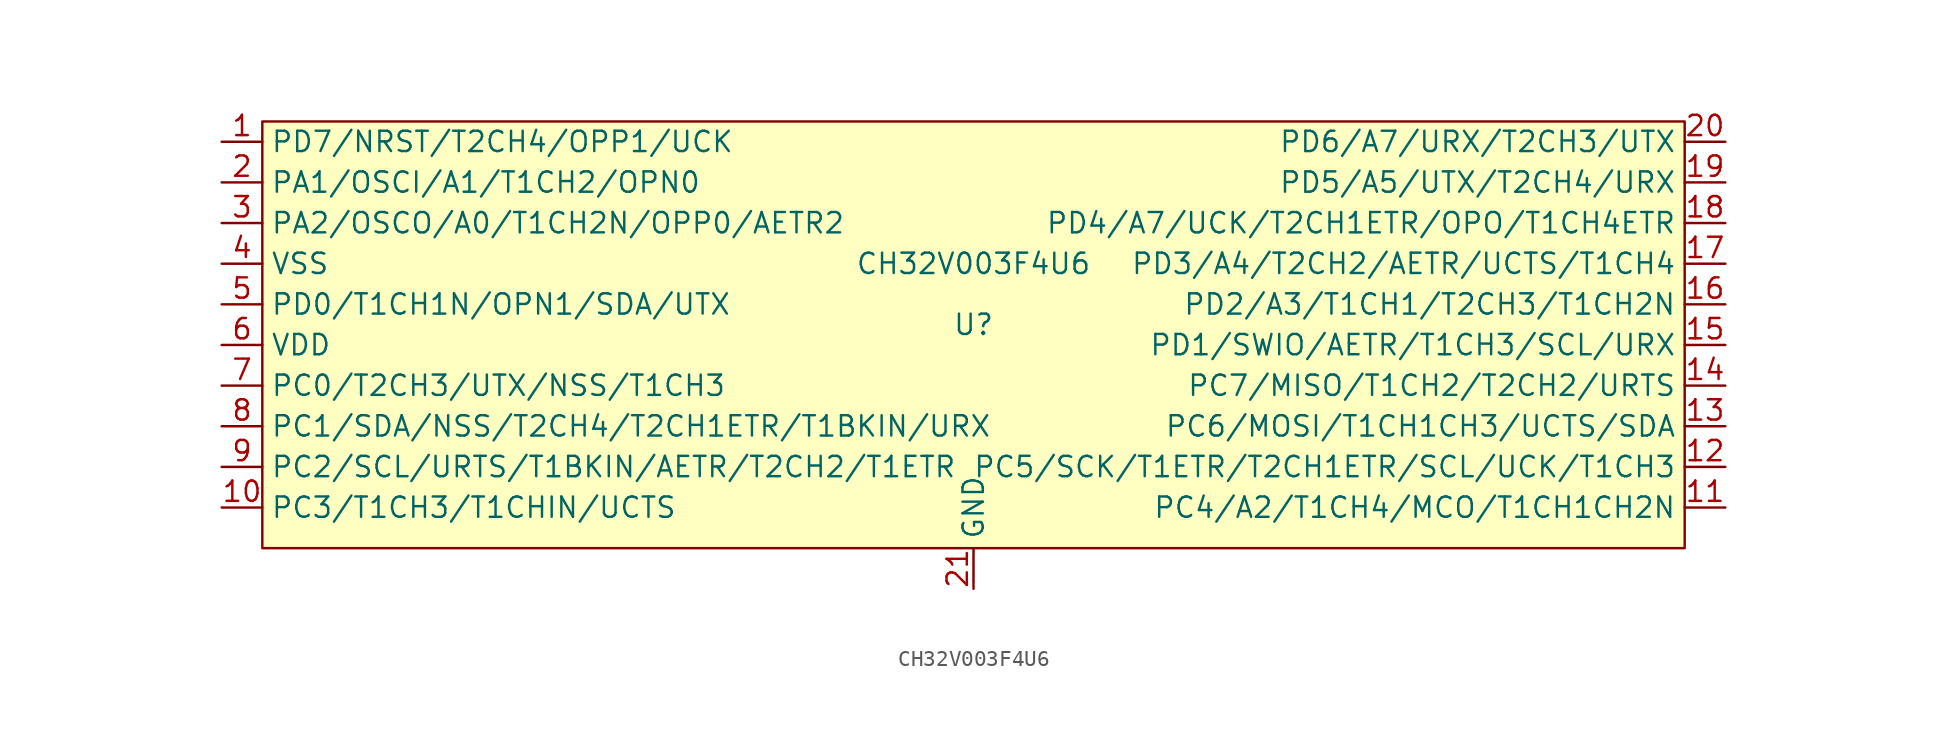
<source format=kicad_sym>
(kicad_symbol_lib
  (version 20211014)
  (generator kicad_symbol_editor)
  (symbol "CH32V003F4U6"
    (property "Reference" "U"
      (at 0 0 0)
      (effects (font (size 1.27 1.27))))
    (property "Value" "CH32V003F4U6"
      (at 0 3.81 0)
      (effects (font (size 1.27 1.27))))
    (symbol "CH32V003F4U6_0_1"
      (rectangle (start -44.45 12.7) (end 44.45 -13.97) (stroke (width 0) (type default) (color 0 0 0 0)) (fill (type background))))
    (symbol "CH32V003F4U6_1_1"
      (pin bidirectional line (at -46.99 11.43 0) (length 2.54) (name "PD7/NRST/T2CH4/OPP1/UCK" (effects (font (size 1.27 1.27)))) (number "1" (effects (font (size 1.27 1.27)))))
      (pin bidirectional line (at -46.99 -11.43 0) (length 2.54) (name "PC3/T1CH3/T1CHIN/UCTS" (effects (font (size 1.27 1.27)))) (number "10" (effects (font (size 1.27 1.27)))))
      (pin bidirectional line (at 46.99 -11.43 180) (length 2.54) (name "PC4/A2/T1CH4/MCO/T1CH1CH2N" (effects (font (size 1.27 1.27)))) (number "11" (effects (font (size 1.27 1.27)))))
      (pin bidirectional line (at 46.99 -8.89 180) (length 2.54) (name "PC5/SCK/T1ETR/T2CH1ETR/SCL/UCK/T1CH3" (effects (font (size 1.27 1.27)))) (number "12" (effects (font (size 1.27 1.27)))))
      (pin bidirectional line (at 46.99 -6.35 180) (length 2.54) (name "PC6/MOSI/T1CH1CH3/UCTS/SDA" (effects (font (size 1.27 1.27)))) (number "13" (effects (font (size 1.27 1.27)))))
      (pin bidirectional line (at 46.99 -3.81 180) (length 2.54) (name "PC7/MISO/T1CH2/T2CH2/URTS" (effects (font (size 1.27 1.27)))) (number "14" (effects (font (size 1.27 1.27)))))
      (pin bidirectional line (at 46.99 -1.27 180) (length 2.54) (name "PD1/SWIO/AETR/T1CH3/SCL/URX" (effects (font (size 1.27 1.27)))) (number "15" (effects (font (size 1.27 1.27)))))
      (pin bidirectional line (at 46.99 1.27 180) (length 2.54) (name "PD2/A3/T1CH1/T2CH3/T1CH2N" (effects (font (size 1.27 1.27)))) (number "16" (effects (font (size 1.27 1.27)))))
      (pin bidirectional line (at 46.99 3.81 180) (length 2.54) (name "PD3/A4/T2CH2/AETR/UCTS/T1CH4" (effects (font (size 1.27 1.27)))) (number "17" (effects (font (size 1.27 1.27)))))
      (pin bidirectional line (at 46.99 6.35 180) (length 2.54) (name "PD4/A7/UCK/T2CH1ETR/OPO/T1CH4ETR" (effects (font (size 1.27 1.27)))) (number "18" (effects (font (size 1.27 1.27)))))
      (pin bidirectional line (at 46.99 8.89 180) (length 2.54) (name "PD5/A5/UTX/T2CH4/URX" (effects (font (size 1.27 1.27)))) (number "19" (effects (font (size 1.27 1.27)))))
      (pin bidirectional line (at -46.99 8.89 0) (length 2.54) (name "PA1/OSCI/A1/T1CH2/OPN0" (effects (font (size 1.27 1.27)))) (number "2" (effects (font (size 1.27 1.27)))))
      (pin bidirectional line (at 46.99 11.43 180) (length 2.54) (name "PD6/A7/URX/T2CH3/UTX" (effects (font (size 1.27 1.27)))) (number "20" (effects (font (size 1.27 1.27)))))
      (pin bidirectional line (at 0 -16.51 90) (length 2.54) (name "GND" (effects (font (size 1.27 1.27)))) (number "21" (effects (font (size 1.27 1.27)))))
      (pin bidirectional line (at -46.99 6.35 0) (length 2.54) (name "PA2/OSCO/A0/T1CH2N/OPP0/AETR2" (effects (font (size 1.27 1.27)))) (number "3" (effects (font (size 1.27 1.27)))))
      (pin bidirectional line (at -46.99 3.81 0) (length 2.54) (name "VSS" (effects (font (size 1.27 1.27)))) (number "4" (effects (font (size 1.27 1.27)))))
      (pin bidirectional line (at -46.99 1.27 0) (length 2.54) (name "PD0/T1CH1N/OPN1/SDA/UTX" (effects (font (size 1.27 1.27)))) (number "5" (effects (font (size 1.27 1.27)))))
      (pin bidirectional line (at -46.99 -1.27 0) (length 2.54) (name "VDD" (effects (font (size 1.27 1.27)))) (number "6" (effects (font (size 1.27 1.27)))))
      (pin bidirectional line (at -46.99 -3.81 0) (length 2.54) (name "PC0/T2CH3/UTX/NSS/T1CH3" (effects (font (size 1.27 1.27)))) (number "7" (effects (font (size 1.27 1.27)))))
      (pin bidirectional line (at -46.99 -6.35 0) (length 2.54) (name "PC1/SDA/NSS/T2CH4/T2CH1ETR/T1BKIN/URX" (effects (font (size 1.27 1.27)))) (number "8" (effects (font (size 1.27 1.27)))))
      (pin bidirectional line (at -46.99 -8.89 0) (length 2.54) (name "PC2/SCL/URTS/T1BKIN/AETR/T2CH2/T1ETR" (effects (font (size 1.27 1.27)))) (number "9" (effects (font (size 1.27 1.27))))))))
</source>
